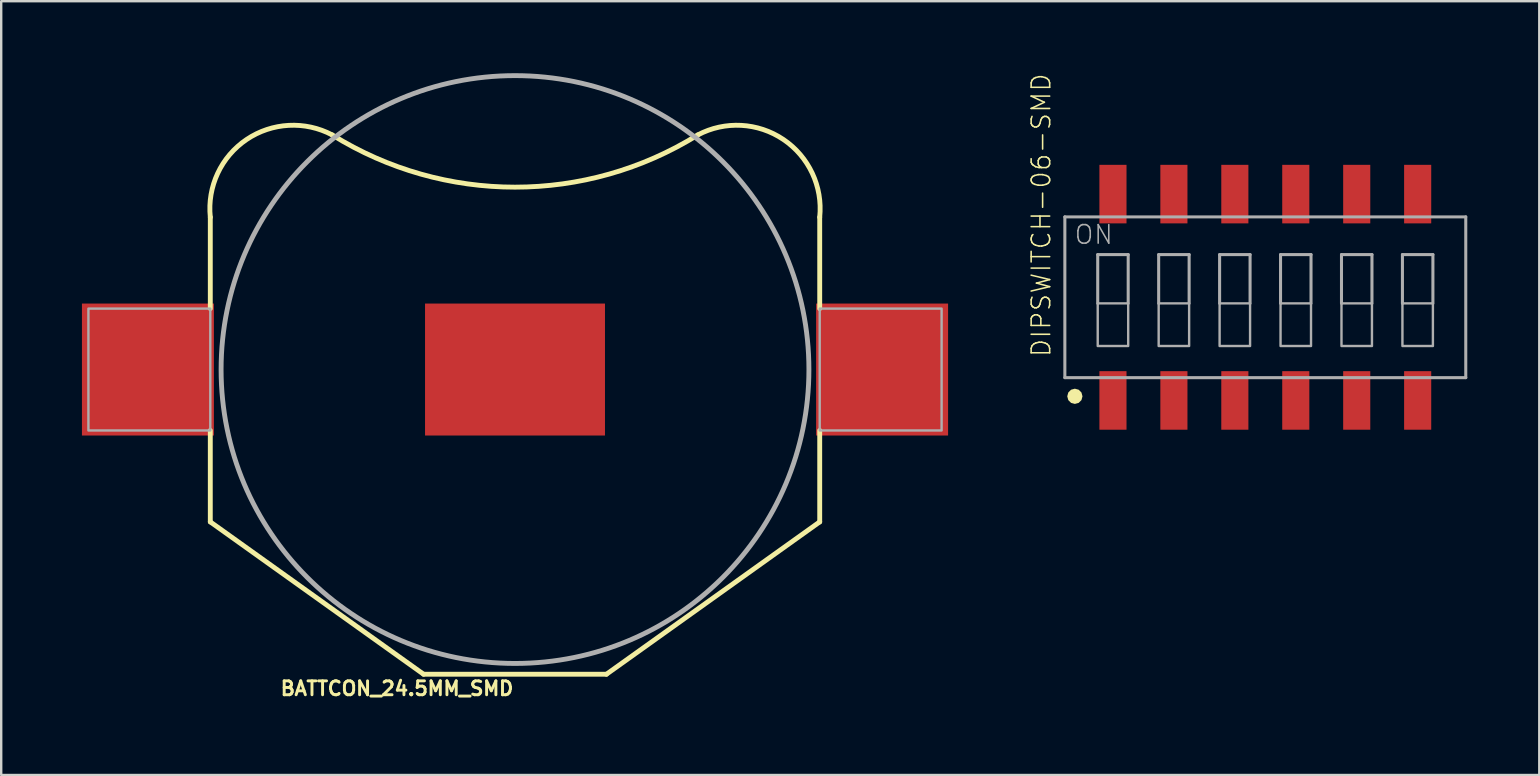
<source format=kicad_pcb>
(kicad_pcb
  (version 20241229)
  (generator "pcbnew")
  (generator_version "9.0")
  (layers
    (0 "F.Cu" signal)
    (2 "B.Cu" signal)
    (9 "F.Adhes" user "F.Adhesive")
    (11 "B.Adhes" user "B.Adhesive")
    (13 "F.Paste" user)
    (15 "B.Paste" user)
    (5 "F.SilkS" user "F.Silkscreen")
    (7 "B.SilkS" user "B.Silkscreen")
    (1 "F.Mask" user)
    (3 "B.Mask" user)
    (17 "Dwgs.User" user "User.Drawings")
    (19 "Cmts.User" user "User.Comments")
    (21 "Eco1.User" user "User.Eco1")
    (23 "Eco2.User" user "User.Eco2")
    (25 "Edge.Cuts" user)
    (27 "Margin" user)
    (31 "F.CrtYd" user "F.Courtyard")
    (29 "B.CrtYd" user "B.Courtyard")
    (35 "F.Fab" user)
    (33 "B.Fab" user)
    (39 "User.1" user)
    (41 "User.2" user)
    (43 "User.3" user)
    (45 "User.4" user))
  (footprint "DIPSWITCH-06-SMD"
    (layer "F.Cu")
    (at 49.687 9.34)
    (property "Reference" "DIPSWITCH-06-SMD" (at -8.89 2.54 90) (layer "F.SilkS") (effects (font (size 0.772 0.772) (thickness 0.065)) (justify left bottom)))
    (attr through_hole)
    (fp_poly (pts (xy -7.938 4.445) (xy -8.096 4.402) (xy -8.212 4.286) (xy -8.255 4.128) (xy -8.212 3.969) (xy -8.096 3.853) (xy -7.938 3.81) (xy -7.779 3.853) (xy -7.663 3.969) (xy -7.62 4.128) (xy -7.663 4.286) (xy -7.779 4.402)) (stroke (width 0) (type solid)) (fill yes) (layer "F.SilkS"))
    (fp_line (start -8.355 -3.35) (end 8.355 -3.35) (stroke (width 0.127) (type solid)) (layer "F.Fab"))
    (fp_line (start -8.355 3.35) (end -8.355 -3.35) (stroke (width 0.127) (type solid)) (layer "F.Fab"))
    (fp_line (start -6.985 -1.778) (end -5.715 -1.778) (stroke (width 0.127) (type solid)) (layer "F.Fab"))
    (fp_line (start -6.985 0.254) (end -6.985 -1.778) (stroke (width 0.127) (type solid)) (layer "F.Fab"))
    (fp_line (start -5.715 -1.778) (end -5.715 0.254) (stroke (width 0.127) (type solid)) (layer "F.Fab"))
    (fp_line (start -4.445 -1.778) (end -3.175 -1.778) (stroke (width 0.127) (type solid)) (layer "F.Fab"))
    (fp_line (start -4.445 0.254) (end -4.445 -1.778) (stroke (width 0.127) (type solid)) (layer "F.Fab"))
    (fp_line (start -3.175 -1.778) (end -3.175 0.254) (stroke (width 0.127) (type solid)) (layer "F.Fab"))
    (fp_line (start -1.905 -1.778) (end -0.635 -1.778) (stroke (width 0.127) (type solid)) (layer "F.Fab"))
    (fp_line (start -1.905 0.254) (end -1.905 -1.778) (stroke (width 0.127) (type solid)) (layer "F.Fab"))
    (fp_line (start -0.635 -1.778) (end -0.635 0.254) (stroke (width 0.127) (type solid)) (layer "F.Fab"))
    (fp_line (start 0.635 -1.778) (end 1.905 -1.778) (stroke (width 0.127) (type solid)) (layer "F.Fab"))
    (fp_line (start 0.635 0.254) (end 0.635 -1.778) (stroke (width 0.127) (type solid)) (layer "F.Fab"))
    (fp_line (start 1.905 -1.778) (end 1.905 0.254) (stroke (width 0.127) (type solid)) (layer "F.Fab"))
    (fp_line (start 3.175 -1.778) (end 4.445 -1.778) (stroke (width 0.127) (type solid)) (layer "F.Fab"))
    (fp_line (start 3.175 0.254) (end 3.175 -1.778) (stroke (width 0.127) (type solid)) (layer "F.Fab"))
    (fp_line (start 4.445 -1.778) (end 4.445 0.254) (stroke (width 0.127) (type solid)) (layer "F.Fab"))
    (fp_line (start 5.715 -1.778) (end 6.985 -1.778) (stroke (width 0.127) (type solid)) (layer "F.Fab"))
    (fp_line (start 5.715 0.254) (end 5.715 -1.778) (stroke (width 0.127) (type solid)) (layer "F.Fab"))
    (fp_line (start 6.985 -1.778) (end 6.985 0.254) (stroke (width 0.127) (type solid)) (layer "F.Fab"))
    (fp_line (start 8.355 -3.35) (end 8.355 3.35) (stroke (width 0.127) (type solid)) (layer "F.Fab"))
    (fp_line (start 8.355 3.35) (end -8.355 3.35) (stroke (width 0.127) (type solid)) (layer "F.Fab"))
    (fp_poly (pts (xy -6.985 0.254) (xy -6.985 2.032) (xy -5.715 2.032) (xy -5.715 0.254)) (stroke (width 0.1) (type solid)) (fill no) (layer "F.Fab"))
    (fp_poly (pts (xy -4.445 0.254) (xy -4.445 2.032) (xy -3.175 2.032) (xy -3.175 0.254)) (stroke (width 0.1) (type solid)) (fill no) (layer "F.Fab"))
    (fp_poly (pts (xy -1.905 0.254) (xy -1.905 2.032) (xy -0.635 2.032) (xy -0.635 0.254)) (stroke (width 0.1) (type solid)) (fill no) (layer "F.Fab"))
    (fp_poly (pts (xy 0.635 0.254) (xy 0.635 2.032) (xy 1.905 2.032) (xy 1.905 0.254)) (stroke (width 0.1) (type solid)) (fill no) (layer "F.Fab"))
    (fp_poly (pts (xy 3.175 0.254) (xy 3.175 2.032) (xy 4.445 2.032) (xy 4.445 0.254)) (stroke (width 0.1) (type solid)) (fill no) (layer "F.Fab"))
    (fp_poly (pts (xy 5.715 0.254) (xy 5.715 2.032) (xy 6.985 2.032) (xy 6.985 0.254)) (stroke (width 0.1) (type solid)) (fill no) (layer "F.Fab"))
    (fp_text user "ON" (at -8.001 -2.159 0) (layer "F.Fab") (effects (font (size 0.772 0.772) (thickness 0.065)) (justify left bottom)))
    (pad "1" smd rect (at -6.35 4.3 90) (size 2.44 1.13) (layers "F.Cu" "F.Mask" "F.Paste"))
    (pad "2" smd rect (at -3.81 4.3 90) (size 2.44 1.13) (layers "F.Cu" "F.Mask" "F.Paste"))
    (pad "3" smd rect (at -1.27 4.3 90) (size 2.44 1.13) (layers "F.Cu" "F.Mask" "F.Paste"))
    (pad "4" smd rect (at 1.27 4.3 90) (size 2.44 1.13) (layers "F.Cu" "F.Mask" "F.Paste"))
    (pad "5" smd rect (at 3.81 4.3 90) (size 2.44 1.13) (layers "F.Cu" "F.Mask" "F.Paste"))
    (pad "6" smd rect (at 6.35 4.3 90) (size 2.44 1.13) (layers "F.Cu" "F.Mask" "F.Paste"))
    (pad "7" smd rect (at 6.35 -4.3 90) (size 2.44 1.13) (layers "F.Cu" "F.Mask" "F.Paste"))
    (pad "8" smd rect (at 3.81 -4.3 90) (size 2.44 1.13) (layers "F.Cu" "F.Mask" "F.Paste"))
    (pad "9" smd rect (at 1.27 -4.3 90) (size 2.44 1.13) (layers "F.Cu" "F.Mask" "F.Paste"))
    (pad "10" smd rect (at -1.27 -4.3 90) (size 2.44 1.13) (layers "F.Cu" "F.Mask" "F.Paste"))
    (pad "11" smd rect (at -3.81 -4.3 90) (size 2.44 1.13) (layers "F.Cu" "F.Mask" "F.Paste"))
    (pad "12" smd rect (at -6.35 -4.3 90) (size 2.44 1.13) (layers "F.Cu" "F.Mask" "F.Paste")))
  (footprint "BATTCON_24.5MM_SMD"
    (layer "F.Cu")
    (at 18.415 12.352)
    (property "Reference" "BATTCON_24.5MM_SMD" (at 0 12.954 0) (layer "F.SilkS") (effects (font (size 0.579 0.579) (thickness 0.122)) (justify right top)))
    (attr through_hole)
    (fp_line (start -12.7 -6.35) (end -12.7 -2.54) (stroke (width 0.203) (type solid)) (layer "F.SilkS"))
    (fp_line (start -12.7 6.35) (end -12.7 2.54) (stroke (width 0.203) (type solid)) (layer "F.SilkS"))
    (fp_line (start -3.81 12.7) (end -12.7 6.35) (stroke (width 0.203) (type solid)) (layer "F.SilkS"))
    (fp_line (start -3.81 12.7) (end 3.81 12.7) (stroke (width 0.203) (type solid)) (layer "F.SilkS"))
    (fp_line (start 3.81 12.7) (end 12.7 6.35) (stroke (width 0.203) (type solid)) (layer "F.SilkS"))
    (fp_line (start 12.7 -6.35) (end 12.7 -2.54) (stroke (width 0.203) (type solid)) (layer "F.SilkS"))
    (fp_line (start 12.7 6.35) (end 12.7 2.54) (stroke (width 0.203) (type solid)) (layer "F.SilkS"))
    (fp_arc (start -12.7 -6.35) (mid -11.187937 -9.587371) (end -7.619998 -9.778999) (stroke (width 0.2032) (type solid)) (layer "F.SilkS"))
    (fp_arc (start 7.619998 -9.778999) (mid 11.187865 -9.587265) (end 12.7 -6.35) (stroke (width 0.2032) (type solid)) (layer "F.SilkS"))
    (fp_arc (start 7.62 -9.779) (mid 0 -7.601702) (end -7.62 -9.779) (stroke (width 0.2032) (type solid)) (layer "F.SilkS"))
    (fp_poly (pts (xy -18.415 -3.81) (xy -10.795 -3.81) (xy -10.795 3.81) (xy -18.415 3.81)) (stroke (width 0) (type solid)) (fill yes) (layer "F.Paste"))
    (fp_poly (pts (xy 10.795 -3.81) (xy 18.415 -3.81) (xy 18.415 3.81) (xy 10.795 3.81)) (stroke (width 0) (type solid)) (fill yes) (layer "F.Paste"))
    (fp_circle (center 0 0) (end 12.25 0) (stroke (width 0.203) (type solid)) (fill no) (layer "F.Fab"))
    (fp_poly (pts (xy -12.7 -2.54) (xy -17.78 -2.54) (xy -17.78 2.54) (xy -12.7 2.54)) (stroke (width 0.1) (type solid)) (fill no) (layer "F.Fab"))
    (fp_poly (pts (xy 17.78 -2.54) (xy 12.7 -2.54) (xy 12.7 2.54) (xy 17.78 2.54)) (stroke (width 0.1) (type solid)) (fill no) (layer "F.Fab"))
    (pad "1" smd rect (at -15.3 0) (size 5.5 5.5) (layers "F.Cu" "F.Mask"))
    (pad "2" smd rect (at 0 0) (size 7.5 5.5) (layers "F.Cu" "F.Mask" "F.Paste"))
    (pad "3" smd rect (at 15.3 0) (size 5.5 5.5) (layers "F.Cu" "F.Mask")))
  (gr_rect
    (start -3 -3)
    (end 61.106 29.25)
    (stroke (width 0.1) (type default))
    (fill no)
    (layer "Edge.Cuts")))
</source>
